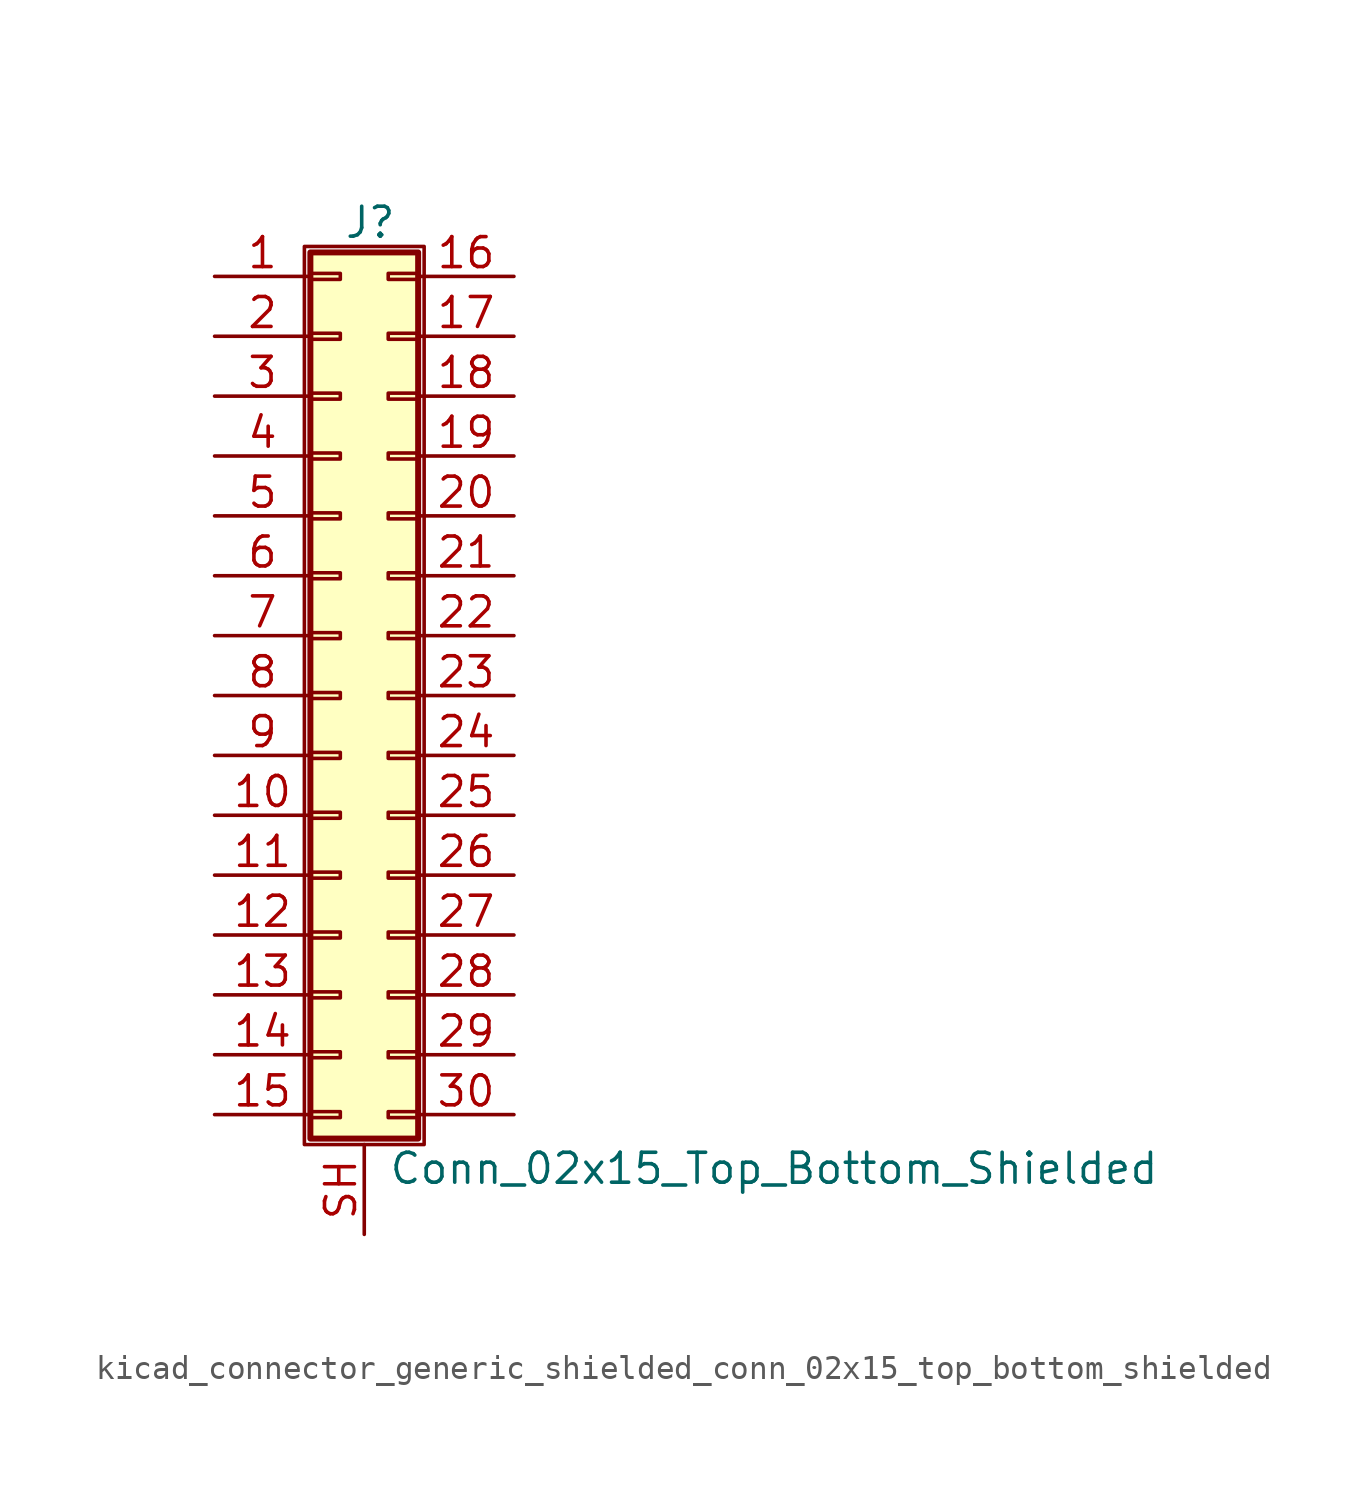
<source format=kicad_sym>
(kicad_symbol_lib
  (version 20220914)
  (generator kicad_symbol_editor)
  (symbol "kicad_connector_generic_shielded_conn_02x15_top_bottom_shielded"
    (pin_names
      (offset 1.016) hide)
    (property "Reference" "J"
      (at 1.524 20.066 0)
      (effects (font (size 1.27 1.27))))
    (property "Value" "Conn_02x15_Top_Bottom_Shielded"
      (at 2.286 -20.066 0)
      (effects (font (size 1.27 1.27)) (justify left)))
    (symbol "kicad_connector_generic_shielded_conn_02x15_top_bottom_shielded_1_1"
      (rectangle (start -1.27 19.05) (end 3.81 -19.05) (stroke (width 0.152) (type default)) (fill (type none)))
      (rectangle (start -1.016 -17.653) (end 0.254 -17.907) (stroke (width 0.152) (type default)) (fill (type none)))
      (rectangle (start -1.016 -15.113) (end 0.254 -15.367) (stroke (width 0.152) (type default)) (fill (type none)))
      (rectangle (start -1.016 -12.573) (end 0.254 -12.827) (stroke (width 0.152) (type default)) (fill (type none)))
      (rectangle (start -1.016 -10.033) (end 0.254 -10.287) (stroke (width 0.152) (type default)) (fill (type none)))
      (rectangle (start -1.016 -7.493) (end 0.254 -7.747) (stroke (width 0.152) (type default)) (fill (type none)))
      (rectangle (start -1.016 -4.953) (end 0.254 -5.207) (stroke (width 0.152) (type default)) (fill (type none)))
      (rectangle (start -1.016 -2.413) (end 0.254 -2.667) (stroke (width 0.152) (type default)) (fill (type none)))
      (rectangle (start -1.016 0.127) (end 0.254 -0.127) (stroke (width 0.152) (type default)) (fill (type none)))
      (rectangle (start -1.016 2.667) (end 0.254 2.413) (stroke (width 0.152) (type default)) (fill (type none)))
      (rectangle (start -1.016 5.207) (end 0.254 4.953) (stroke (width 0.152) (type default)) (fill (type none)))
      (rectangle (start -1.016 7.747) (end 0.254 7.493) (stroke (width 0.152) (type default)) (fill (type none)))
      (rectangle (start -1.016 10.287) (end 0.254 10.033) (stroke (width 0.152) (type default)) (fill (type none)))
      (rectangle (start -1.016 12.827) (end 0.254 12.573) (stroke (width 0.152) (type default)) (fill (type none)))
      (rectangle (start -1.016 15.367) (end 0.254 15.113) (stroke (width 0.152) (type default)) (fill (type none)))
      (rectangle (start -1.016 17.907) (end 0.254 17.653) (stroke (width 0.152) (type default)) (fill (type none)))
      (rectangle (start -1.016 18.796) (end 3.556 -18.796) (stroke (width 0.254) (type default)) (fill (type background)))
      (rectangle (start 3.556 -17.653) (end 2.286 -17.907) (stroke (width 0.152) (type default)) (fill (type none)))
      (rectangle (start 3.556 -15.113) (end 2.286 -15.367) (stroke (width 0.152) (type default)) (fill (type none)))
      (rectangle (start 3.556 -12.573) (end 2.286 -12.827) (stroke (width 0.152) (type default)) (fill (type none)))
      (rectangle (start 3.556 -10.033) (end 2.286 -10.287) (stroke (width 0.152) (type default)) (fill (type none)))
      (rectangle (start 3.556 -7.493) (end 2.286 -7.747) (stroke (width 0.152) (type default)) (fill (type none)))
      (rectangle (start 3.556 -4.953) (end 2.286 -5.207) (stroke (width 0.152) (type default)) (fill (type none)))
      (rectangle (start 3.556 -2.413) (end 2.286 -2.667) (stroke (width 0.152) (type default)) (fill (type none)))
      (rectangle (start 3.556 0.127) (end 2.286 -0.127) (stroke (width 0.152) (type default)) (fill (type none)))
      (rectangle (start 3.556 2.667) (end 2.286 2.413) (stroke (width 0.152) (type default)) (fill (type none)))
      (rectangle (start 3.556 5.207) (end 2.286 4.953) (stroke (width 0.152) (type default)) (fill (type none)))
      (rectangle (start 3.556 7.747) (end 2.286 7.493) (stroke (width 0.152) (type default)) (fill (type none)))
      (rectangle (start 3.556 10.287) (end 2.286 10.033) (stroke (width 0.152) (type default)) (fill (type none)))
      (rectangle (start 3.556 12.827) (end 2.286 12.573) (stroke (width 0.152) (type default)) (fill (type none)))
      (rectangle (start 3.556 15.367) (end 2.286 15.113) (stroke (width 0.152) (type default)) (fill (type none)))
      (rectangle (start 3.556 17.907) (end 2.286 17.653) (stroke (width 0.152) (type default)) (fill (type none)))
      (pin passive line (at -5.08 17.78 0) (length 4.064) (name "Pin_1" (effects (font (size 1.27 1.27)))) (number "1" (effects (font (size 1.27 1.27)))))
      (pin passive line (at -5.08 -5.08 0) (length 4.064) (name "Pin_10" (effects (font (size 1.27 1.27)))) (number "10" (effects (font (size 1.27 1.27)))))
      (pin passive line (at -5.08 -7.62 0) (length 4.064) (name "Pin_11" (effects (font (size 1.27 1.27)))) (number "11" (effects (font (size 1.27 1.27)))))
      (pin passive line (at -5.08 -10.16 0) (length 4.064) (name "Pin_12" (effects (font (size 1.27 1.27)))) (number "12" (effects (font (size 1.27 1.27)))))
      (pin passive line (at -5.08 -12.7 0) (length 4.064) (name "Pin_13" (effects (font (size 1.27 1.27)))) (number "13" (effects (font (size 1.27 1.27)))))
      (pin passive line (at -5.08 -15.24 0) (length 4.064) (name "Pin_14" (effects (font (size 1.27 1.27)))) (number "14" (effects (font (size 1.27 1.27)))))
      (pin passive line (at -5.08 -17.78 0) (length 4.064) (name "Pin_15" (effects (font (size 1.27 1.27)))) (number "15" (effects (font (size 1.27 1.27)))))
      (pin passive line (at 7.62 17.78 180) (length 4.064) (name "Pin_16" (effects (font (size 1.27 1.27)))) (number "16" (effects (font (size 1.27 1.27)))))
      (pin passive line (at 7.62 15.24 180) (length 4.064) (name "Pin_17" (effects (font (size 1.27 1.27)))) (number "17" (effects (font (size 1.27 1.27)))))
      (pin passive line (at 7.62 12.7 180) (length 4.064) (name "Pin_18" (effects (font (size 1.27 1.27)))) (number "18" (effects (font (size 1.27 1.27)))))
      (pin passive line (at 7.62 10.16 180) (length 4.064) (name "Pin_19" (effects (font (size 1.27 1.27)))) (number "19" (effects (font (size 1.27 1.27)))))
      (pin passive line (at -5.08 15.24 0) (length 4.064) (name "Pin_2" (effects (font (size 1.27 1.27)))) (number "2" (effects (font (size 1.27 1.27)))))
      (pin passive line (at 7.62 7.62 180) (length 4.064) (name "Pin_20" (effects (font (size 1.27 1.27)))) (number "20" (effects (font (size 1.27 1.27)))))
      (pin passive line (at 7.62 5.08 180) (length 4.064) (name "Pin_21" (effects (font (size 1.27 1.27)))) (number "21" (effects (font (size 1.27 1.27)))))
      (pin passive line (at 7.62 2.54 180) (length 4.064) (name "Pin_22" (effects (font (size 1.27 1.27)))) (number "22" (effects (font (size 1.27 1.27)))))
      (pin passive line (at 7.62 0 180) (length 4.064) (name "Pin_23" (effects (font (size 1.27 1.27)))) (number "23" (effects (font (size 1.27 1.27)))))
      (pin passive line (at 7.62 -2.54 180) (length 4.064) (name "Pin_24" (effects (font (size 1.27 1.27)))) (number "24" (effects (font (size 1.27 1.27)))))
      (pin passive line (at 7.62 -5.08 180) (length 4.064) (name "Pin_25" (effects (font (size 1.27 1.27)))) (number "25" (effects (font (size 1.27 1.27)))))
      (pin passive line (at 7.62 -7.62 180) (length 4.064) (name "Pin_26" (effects (font (size 1.27 1.27)))) (number "26" (effects (font (size 1.27 1.27)))))
      (pin passive line (at 7.62 -10.16 180) (length 4.064) (name "Pin_27" (effects (font (size 1.27 1.27)))) (number "27" (effects (font (size 1.27 1.27)))))
      (pin passive line (at 7.62 -12.7 180) (length 4.064) (name "Pin_28" (effects (font (size 1.27 1.27)))) (number "28" (effects (font (size 1.27 1.27)))))
      (pin passive line (at 7.62 -15.24 180) (length 4.064) (name "Pin_29" (effects (font (size 1.27 1.27)))) (number "29" (effects (font (size 1.27 1.27)))))
      (pin passive line (at -5.08 12.7 0) (length 4.064) (name "Pin_3" (effects (font (size 1.27 1.27)))) (number "3" (effects (font (size 1.27 1.27)))))
      (pin passive line (at 7.62 -17.78 180) (length 4.064) (name "Pin_30" (effects (font (size 1.27 1.27)))) (number "30" (effects (font (size 1.27 1.27)))))
      (pin passive line (at -5.08 10.16 0) (length 4.064) (name "Pin_4" (effects (font (size 1.27 1.27)))) (number "4" (effects (font (size 1.27 1.27)))))
      (pin passive line (at -5.08 7.62 0) (length 4.064) (name "Pin_5" (effects (font (size 1.27 1.27)))) (number "5" (effects (font (size 1.27 1.27)))))
      (pin passive line (at -5.08 5.08 0) (length 4.064) (name "Pin_6" (effects (font (size 1.27 1.27)))) (number "6" (effects (font (size 1.27 1.27)))))
      (pin passive line (at -5.08 2.54 0) (length 4.064) (name "Pin_7" (effects (font (size 1.27 1.27)))) (number "7" (effects (font (size 1.27 1.27)))))
      (pin passive line (at -5.08 0 0) (length 4.064) (name "Pin_8" (effects (font (size 1.27 1.27)))) (number "8" (effects (font (size 1.27 1.27)))))
      (pin passive line (at -5.08 -2.54 0) (length 4.064) (name "Pin_9" (effects (font (size 1.27 1.27)))) (number "9" (effects (font (size 1.27 1.27)))))
      (pin passive line (at 1.27 -22.86 90) (length 3.81) (name "Shield" (effects (font (size 1.27 1.27)))) (number "SH" (effects (font (size 1.27 1.27))))))))
</source>
